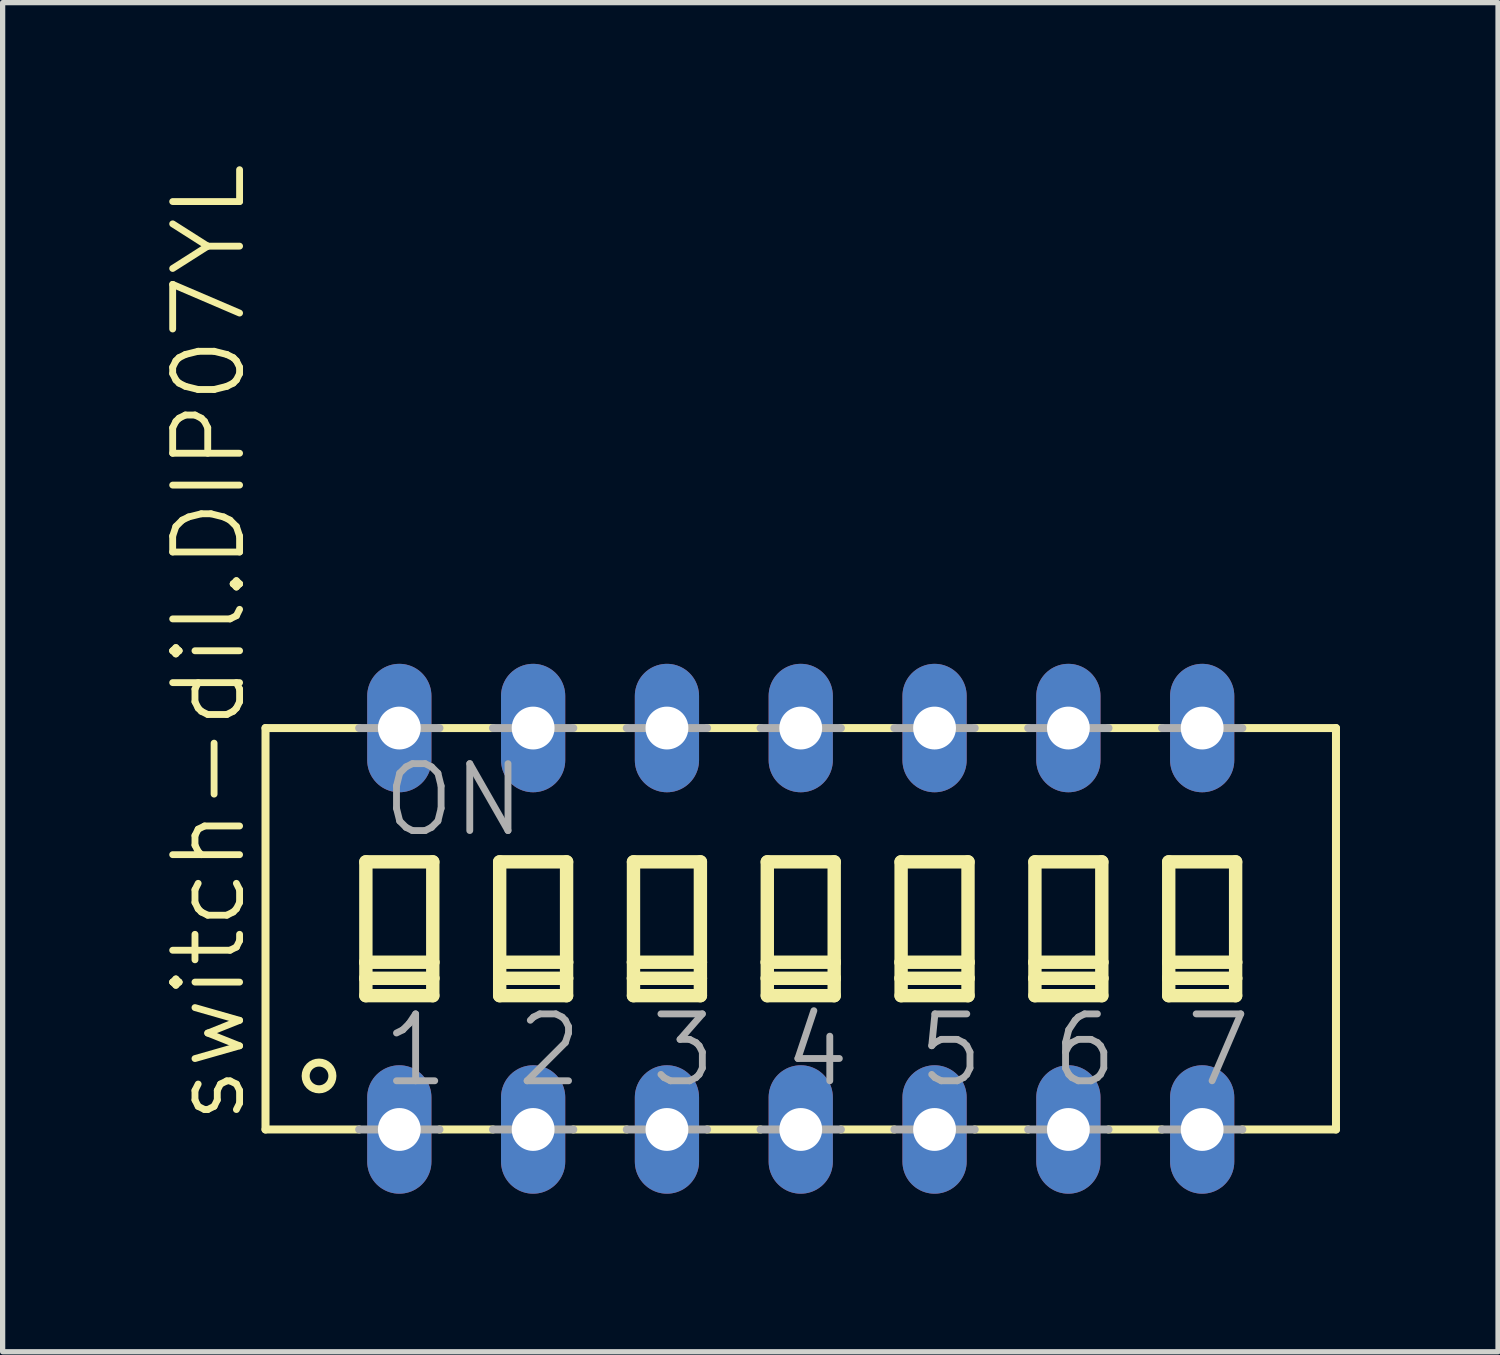
<source format=kicad_pcb>
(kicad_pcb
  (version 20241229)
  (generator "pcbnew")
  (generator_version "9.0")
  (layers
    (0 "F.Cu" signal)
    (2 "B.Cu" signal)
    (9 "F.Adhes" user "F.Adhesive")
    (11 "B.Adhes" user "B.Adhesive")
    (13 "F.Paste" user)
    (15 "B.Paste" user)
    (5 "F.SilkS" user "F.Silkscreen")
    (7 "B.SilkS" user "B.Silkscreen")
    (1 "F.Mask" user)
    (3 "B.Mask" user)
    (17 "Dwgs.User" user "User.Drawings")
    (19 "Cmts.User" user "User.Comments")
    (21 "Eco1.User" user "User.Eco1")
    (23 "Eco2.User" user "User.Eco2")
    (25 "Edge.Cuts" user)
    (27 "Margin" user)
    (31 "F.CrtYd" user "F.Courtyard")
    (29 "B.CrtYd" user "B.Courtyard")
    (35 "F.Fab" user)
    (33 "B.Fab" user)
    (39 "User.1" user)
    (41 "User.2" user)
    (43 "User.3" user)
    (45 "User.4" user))
  (footprint "switch-dil.DIP07YL"
    (layer "F.Cu")
    (at 12.15 14.58)
    (property "Reference" "switch-dil.DIP07YL" (at -10.49 3.759 90) (layer "F.SilkS") (effects (font (size 1.27 1.27) (thickness 0.13)) (justify left bottom)))
    (attr through_hole)
    (fp_line (start -10.16 -3.81) (end -10.16 3.81) (stroke (width 0.152) (type default)) (layer "F.SilkS"))
    (fp_line (start -10.16 -3.81) (end -8.382 -3.81) (stroke (width 0.152) (type default)) (layer "F.SilkS"))
    (fp_line (start -10.16 3.81) (end -8.382 3.81) (stroke (width 0.152) (type default)) (layer "F.SilkS"))
    (fp_line (start -8.255 -1.27) (end -8.255 0.635) (stroke (width 0.254) (type default)) (layer "F.SilkS"))
    (fp_line (start -8.255 0.635) (end -8.255 0.94) (stroke (width 0.254) (type default)) (layer "F.SilkS"))
    (fp_line (start -8.255 0.635) (end -6.985 0.635) (stroke (width 0.254) (type default)) (layer "F.SilkS"))
    (fp_line (start -8.255 0.94) (end -8.255 1.27) (stroke (width 0.254) (type default)) (layer "F.SilkS"))
    (fp_line (start -8.255 0.94) (end -6.985 0.94) (stroke (width 0.254) (type default)) (layer "F.SilkS"))
    (fp_line (start -8.255 1.27) (end -6.985 1.27) (stroke (width 0.254) (type default)) (layer "F.SilkS"))
    (fp_line (start -6.985 -1.27) (end -8.255 -1.27) (stroke (width 0.254) (type default)) (layer "F.SilkS"))
    (fp_line (start -6.985 0.635) (end -6.985 -1.27) (stroke (width 0.254) (type default)) (layer "F.SilkS"))
    (fp_line (start -6.985 0.94) (end -6.985 0.635) (stroke (width 0.254) (type default)) (layer "F.SilkS"))
    (fp_line (start -6.985 1.27) (end -6.985 0.94) (stroke (width 0.254) (type default)) (layer "F.SilkS"))
    (fp_line (start -6.858 3.81) (end -5.842 3.81) (stroke (width 0.152) (type default)) (layer "F.SilkS"))
    (fp_line (start -5.842 -3.81) (end -6.858 -3.81) (stroke (width 0.152) (type default)) (layer "F.SilkS"))
    (fp_line (start -5.715 -1.27) (end -5.715 0.635) (stroke (width 0.254) (type default)) (layer "F.SilkS"))
    (fp_line (start -5.715 0.635) (end -5.715 0.94) (stroke (width 0.254) (type default)) (layer "F.SilkS"))
    (fp_line (start -5.715 0.635) (end -4.445 0.635) (stroke (width 0.254) (type default)) (layer "F.SilkS"))
    (fp_line (start -5.715 0.94) (end -5.715 1.27) (stroke (width 0.254) (type default)) (layer "F.SilkS"))
    (fp_line (start -5.715 0.94) (end -4.445 0.94) (stroke (width 0.254) (type default)) (layer "F.SilkS"))
    (fp_line (start -5.715 1.27) (end -4.445 1.27) (stroke (width 0.254) (type default)) (layer "F.SilkS"))
    (fp_line (start -4.445 -1.27) (end -5.715 -1.27) (stroke (width 0.254) (type default)) (layer "F.SilkS"))
    (fp_line (start -4.445 0.635) (end -4.445 -1.27) (stroke (width 0.254) (type default)) (layer "F.SilkS"))
    (fp_line (start -4.445 0.94) (end -4.445 0.635) (stroke (width 0.254) (type default)) (layer "F.SilkS"))
    (fp_line (start -4.445 1.27) (end -4.445 0.94) (stroke (width 0.254) (type default)) (layer "F.SilkS"))
    (fp_line (start -4.318 3.81) (end -3.302 3.81) (stroke (width 0.152) (type default)) (layer "F.SilkS"))
    (fp_line (start -3.302 -3.81) (end -4.318 -3.81) (stroke (width 0.152) (type default)) (layer "F.SilkS"))
    (fp_line (start -3.175 -1.27) (end -3.175 0.635) (stroke (width 0.254) (type default)) (layer "F.SilkS"))
    (fp_line (start -3.175 0.635) (end -3.175 0.94) (stroke (width 0.254) (type default)) (layer "F.SilkS"))
    (fp_line (start -3.175 0.635) (end -1.905 0.635) (stroke (width 0.254) (type default)) (layer "F.SilkS"))
    (fp_line (start -3.175 0.94) (end -3.175 1.27) (stroke (width 0.254) (type default)) (layer "F.SilkS"))
    (fp_line (start -3.175 0.94) (end -1.905 0.94) (stroke (width 0.254) (type default)) (layer "F.SilkS"))
    (fp_line (start -3.175 1.27) (end -1.905 1.27) (stroke (width 0.254) (type default)) (layer "F.SilkS"))
    (fp_line (start -1.905 -1.27) (end -3.175 -1.27) (stroke (width 0.254) (type default)) (layer "F.SilkS"))
    (fp_line (start -1.905 0.635) (end -1.905 -1.27) (stroke (width 0.254) (type default)) (layer "F.SilkS"))
    (fp_line (start -1.905 0.94) (end -1.905 0.635) (stroke (width 0.254) (type default)) (layer "F.SilkS"))
    (fp_line (start -1.905 1.27) (end -1.905 0.94) (stroke (width 0.254) (type default)) (layer "F.SilkS"))
    (fp_line (start -1.778 3.81) (end -0.762 3.81) (stroke (width 0.152) (type default)) (layer "F.SilkS"))
    (fp_line (start -0.762 -3.81) (end -1.778 -3.81) (stroke (width 0.152) (type default)) (layer "F.SilkS"))
    (fp_line (start -0.635 -1.27) (end -0.635 0.635) (stroke (width 0.254) (type default)) (layer "F.SilkS"))
    (fp_line (start -0.635 0.635) (end -0.635 0.94) (stroke (width 0.254) (type default)) (layer "F.SilkS"))
    (fp_line (start -0.635 0.635) (end 0.635 0.635) (stroke (width 0.254) (type default)) (layer "F.SilkS"))
    (fp_line (start -0.635 0.94) (end -0.635 1.27) (stroke (width 0.254) (type default)) (layer "F.SilkS"))
    (fp_line (start -0.635 0.94) (end 0.635 0.94) (stroke (width 0.254) (type default)) (layer "F.SilkS"))
    (fp_line (start -0.635 1.27) (end 0.635 1.27) (stroke (width 0.254) (type default)) (layer "F.SilkS"))
    (fp_line (start 0.635 -1.27) (end -0.635 -1.27) (stroke (width 0.254) (type default)) (layer "F.SilkS"))
    (fp_line (start 0.635 0.635) (end 0.635 -1.27) (stroke (width 0.254) (type default)) (layer "F.SilkS"))
    (fp_line (start 0.635 0.94) (end 0.635 0.635) (stroke (width 0.254) (type default)) (layer "F.SilkS"))
    (fp_line (start 0.635 1.27) (end 0.635 0.94) (stroke (width 0.254) (type default)) (layer "F.SilkS"))
    (fp_line (start 0.762 3.81) (end 1.778 3.81) (stroke (width 0.152) (type default)) (layer "F.SilkS"))
    (fp_line (start 1.778 -3.81) (end 0.762 -3.81) (stroke (width 0.152) (type default)) (layer "F.SilkS"))
    (fp_line (start 1.905 -1.27) (end 1.905 0.635) (stroke (width 0.254) (type default)) (layer "F.SilkS"))
    (fp_line (start 1.905 0.635) (end 1.905 0.94) (stroke (width 0.254) (type default)) (layer "F.SilkS"))
    (fp_line (start 1.905 0.635) (end 3.175 0.635) (stroke (width 0.254) (type default)) (layer "F.SilkS"))
    (fp_line (start 1.905 0.94) (end 1.905 1.27) (stroke (width 0.254) (type default)) (layer "F.SilkS"))
    (fp_line (start 1.905 0.94) (end 3.175 0.94) (stroke (width 0.254) (type default)) (layer "F.SilkS"))
    (fp_line (start 1.905 1.27) (end 3.175 1.27) (stroke (width 0.254) (type default)) (layer "F.SilkS"))
    (fp_line (start 3.175 -1.27) (end 1.905 -1.27) (stroke (width 0.254) (type default)) (layer "F.SilkS"))
    (fp_line (start 3.175 0.635) (end 3.175 -1.27) (stroke (width 0.254) (type default)) (layer "F.SilkS"))
    (fp_line (start 3.175 0.94) (end 3.175 0.635) (stroke (width 0.254) (type default)) (layer "F.SilkS"))
    (fp_line (start 3.175 1.27) (end 3.175 0.94) (stroke (width 0.254) (type default)) (layer "F.SilkS"))
    (fp_line (start 3.302 3.81) (end 4.318 3.81) (stroke (width 0.152) (type default)) (layer "F.SilkS"))
    (fp_line (start 4.318 -3.81) (end 3.302 -3.81) (stroke (width 0.152) (type default)) (layer "F.SilkS"))
    (fp_line (start 4.445 -1.27) (end 4.445 0.635) (stroke (width 0.254) (type default)) (layer "F.SilkS"))
    (fp_line (start 4.445 0.635) (end 4.445 0.94) (stroke (width 0.254) (type default)) (layer "F.SilkS"))
    (fp_line (start 4.445 0.635) (end 5.715 0.635) (stroke (width 0.254) (type default)) (layer "F.SilkS"))
    (fp_line (start 4.445 0.94) (end 4.445 1.27) (stroke (width 0.254) (type default)) (layer "F.SilkS"))
    (fp_line (start 4.445 0.94) (end 5.715 0.94) (stroke (width 0.254) (type default)) (layer "F.SilkS"))
    (fp_line (start 4.445 1.27) (end 5.715 1.27) (stroke (width 0.254) (type default)) (layer "F.SilkS"))
    (fp_line (start 5.715 -1.27) (end 4.445 -1.27) (stroke (width 0.254) (type default)) (layer "F.SilkS"))
    (fp_line (start 5.715 0.635) (end 5.715 -1.27) (stroke (width 0.254) (type default)) (layer "F.SilkS"))
    (fp_line (start 5.715 0.94) (end 5.715 0.635) (stroke (width 0.254) (type default)) (layer "F.SilkS"))
    (fp_line (start 5.715 1.27) (end 5.715 0.94) (stroke (width 0.254) (type default)) (layer "F.SilkS"))
    (fp_line (start 5.842 3.81) (end 6.858 3.81) (stroke (width 0.152) (type default)) (layer "F.SilkS"))
    (fp_line (start 6.858 -3.81) (end 5.842 -3.81) (stroke (width 0.152) (type default)) (layer "F.SilkS"))
    (fp_line (start 6.985 -1.27) (end 6.985 0.635) (stroke (width 0.254) (type default)) (layer "F.SilkS"))
    (fp_line (start 6.985 0.635) (end 6.985 0.94) (stroke (width 0.254) (type default)) (layer "F.SilkS"))
    (fp_line (start 6.985 0.635) (end 8.255 0.635) (stroke (width 0.254) (type default)) (layer "F.SilkS"))
    (fp_line (start 6.985 0.94) (end 6.985 1.27) (stroke (width 0.254) (type default)) (layer "F.SilkS"))
    (fp_line (start 6.985 0.94) (end 8.255 0.94) (stroke (width 0.254) (type default)) (layer "F.SilkS"))
    (fp_line (start 6.985 1.27) (end 8.255 1.27) (stroke (width 0.254) (type default)) (layer "F.SilkS"))
    (fp_line (start 8.255 -1.27) (end 6.985 -1.27) (stroke (width 0.254) (type default)) (layer "F.SilkS"))
    (fp_line (start 8.255 0.635) (end 8.255 -1.27) (stroke (width 0.254) (type default)) (layer "F.SilkS"))
    (fp_line (start 8.255 0.94) (end 8.255 0.635) (stroke (width 0.254) (type default)) (layer "F.SilkS"))
    (fp_line (start 8.255 1.27) (end 8.255 0.94) (stroke (width 0.254) (type default)) (layer "F.SilkS"))
    (fp_line (start 10.16 -3.81) (end 8.382 -3.81) (stroke (width 0.152) (type default)) (layer "F.SilkS"))
    (fp_line (start 10.16 3.81) (end 8.382 3.81) (stroke (width 0.152) (type default)) (layer "F.SilkS"))
    (fp_line (start 10.16 3.81) (end 10.16 -3.81) (stroke (width 0.152) (type default)) (layer "F.SilkS"))
    (fp_circle (center -9.144 2.794) (end -8.89 2.794) (stroke (width 0.152) (type default)) (fill no) (layer "F.SilkS"))
    (fp_line (start -8.382 3.81) (end -6.858 3.81) (stroke (width 0.152) (type default)) (layer "F.Fab"))
    (fp_line (start -6.858 -3.81) (end -8.382 -3.81) (stroke (width 0.152) (type default)) (layer "F.Fab"))
    (fp_line (start -5.842 3.81) (end -4.318 3.81) (stroke (width 0.152) (type default)) (layer "F.Fab"))
    (fp_line (start -4.318 -3.81) (end -5.842 -3.81) (stroke (width 0.152) (type default)) (layer "F.Fab"))
    (fp_line (start -3.302 3.81) (end -1.778 3.81) (stroke (width 0.152) (type default)) (layer "F.Fab"))
    (fp_line (start -1.778 -3.81) (end -3.302 -3.81) (stroke (width 0.152) (type default)) (layer "F.Fab"))
    (fp_line (start -0.762 3.81) (end 0.762 3.81) (stroke (width 0.152) (type default)) (layer "F.Fab"))
    (fp_line (start 0.762 -3.81) (end -0.762 -3.81) (stroke (width 0.152) (type default)) (layer "F.Fab"))
    (fp_line (start 1.778 3.81) (end 3.302 3.81) (stroke (width 0.152) (type default)) (layer "F.Fab"))
    (fp_line (start 3.302 -3.81) (end 1.778 -3.81) (stroke (width 0.152) (type default)) (layer "F.Fab"))
    (fp_line (start 4.318 3.81) (end 5.842 3.81) (stroke (width 0.152) (type default)) (layer "F.Fab"))
    (fp_line (start 5.842 -3.81) (end 4.318 -3.81) (stroke (width 0.152) (type default)) (layer "F.Fab"))
    (fp_line (start 6.858 3.81) (end 8.382 3.81) (stroke (width 0.152) (type default)) (layer "F.Fab"))
    (fp_line (start 8.382 -3.81) (end 6.858 -3.81) (stroke (width 0.152) (type default)) (layer "F.Fab"))
    (fp_text user "ON" (at -8.001 -1.702 0) (layer "F.Fab") (effects (font (size 1.27 1.27) (thickness 0.13)) (justify left bottom)))
    (fp_text user "6" (at 4.699 3.048 0) (layer "F.Fab") (effects (font (size 1.27 1.27) (thickness 0.13)) (justify left bottom)))
    (fp_text user "2" (at -5.461 3.048 0) (layer "F.Fab") (effects (font (size 1.27 1.27) (thickness 0.13)) (justify left bottom)))
    (fp_text user "4" (at -0.381 3.048 0) (layer "F.Fab") (effects (font (size 1.27 1.27) (thickness 0.13)) (justify left bottom)))
    (fp_text user "3" (at -2.921 3.048 0) (layer "F.Fab") (effects (font (size 1.27 1.27) (thickness 0.13)) (justify left bottom)))
    (fp_text user "1" (at -8.001 3.048 0) (layer "F.Fab") (effects (font (size 1.27 1.27) (thickness 0.13)) (justify left bottom)))
    (fp_text user "7" (at 7.239 3.048 0) (layer "F.Fab") (effects (font (size 1.27 1.27) (thickness 0.13)) (justify left bottom)))
    (fp_text user "5" (at 2.159 3.048 0) (layer "F.Fab") (effects (font (size 1.27 1.27) (thickness 0.13)) (justify left bottom)))
    (pad "1" thru_hole oval (at -7.62 3.81 90) (size 2.438 1.219) (drill 0.813) (layers "*.Cu" "*.Mask"))
    (pad "2" thru_hole oval (at -5.08 3.81 90) (size 2.438 1.219) (drill 0.813) (layers "*.Cu" "*.Mask"))
    (pad "3" thru_hole oval (at -2.54 3.81 90) (size 2.438 1.219) (drill 0.813) (layers "*.Cu" "*.Mask"))
    (pad "4" thru_hole oval (at 0 3.81 90) (size 2.438 1.219) (drill 0.813) (layers "*.Cu" "*.Mask"))
    (pad "5" thru_hole oval (at 2.54 3.81 90) (size 2.438 1.219) (drill 0.813) (layers "*.Cu" "*.Mask"))
    (pad "6" thru_hole oval (at 5.08 3.81 90) (size 2.438 1.219) (drill 0.813) (layers "*.Cu" "*.Mask"))
    (pad "7" thru_hole oval (at 7.62 3.81 90) (size 2.438 1.219) (drill 0.813) (layers "*.Cu" "*.Mask"))
    (pad "8" thru_hole oval (at 7.62 -3.81 90) (size 2.438 1.219) (drill 0.813) (layers "*.Cu" "*.Mask"))
    (pad "9" thru_hole oval (at 5.08 -3.81 90) (size 2.438 1.219) (drill 0.813) (layers "*.Cu" "*.Mask"))
    (pad "10" thru_hole oval (at 2.54 -3.81 90) (size 2.438 1.219) (drill 0.813) (layers "*.Cu" "*.Mask"))
    (pad "11" thru_hole oval (at 0 -3.81 90) (size 2.438 1.219) (drill 0.813) (layers "*.Cu" "*.Mask"))
    (pad "12" thru_hole oval (at -2.54 -3.81 90) (size 2.438 1.219) (drill 0.813) (layers "*.Cu" "*.Mask"))
    (pad "13" thru_hole oval (at -5.08 -3.81 90) (size 2.438 1.219) (drill 0.813) (layers "*.Cu" "*.Mask"))
    (pad "14" thru_hole oval (at -7.62 -3.81 90) (size 2.438 1.219) (drill 0.813) (layers "*.Cu" "*.Mask")))
  (gr_rect
    (start -3 -3)
    (end 25.386 22.609)
    (stroke (width 0.1) (type default))
    (fill no)
    (layer "Edge.Cuts")))
</source>
